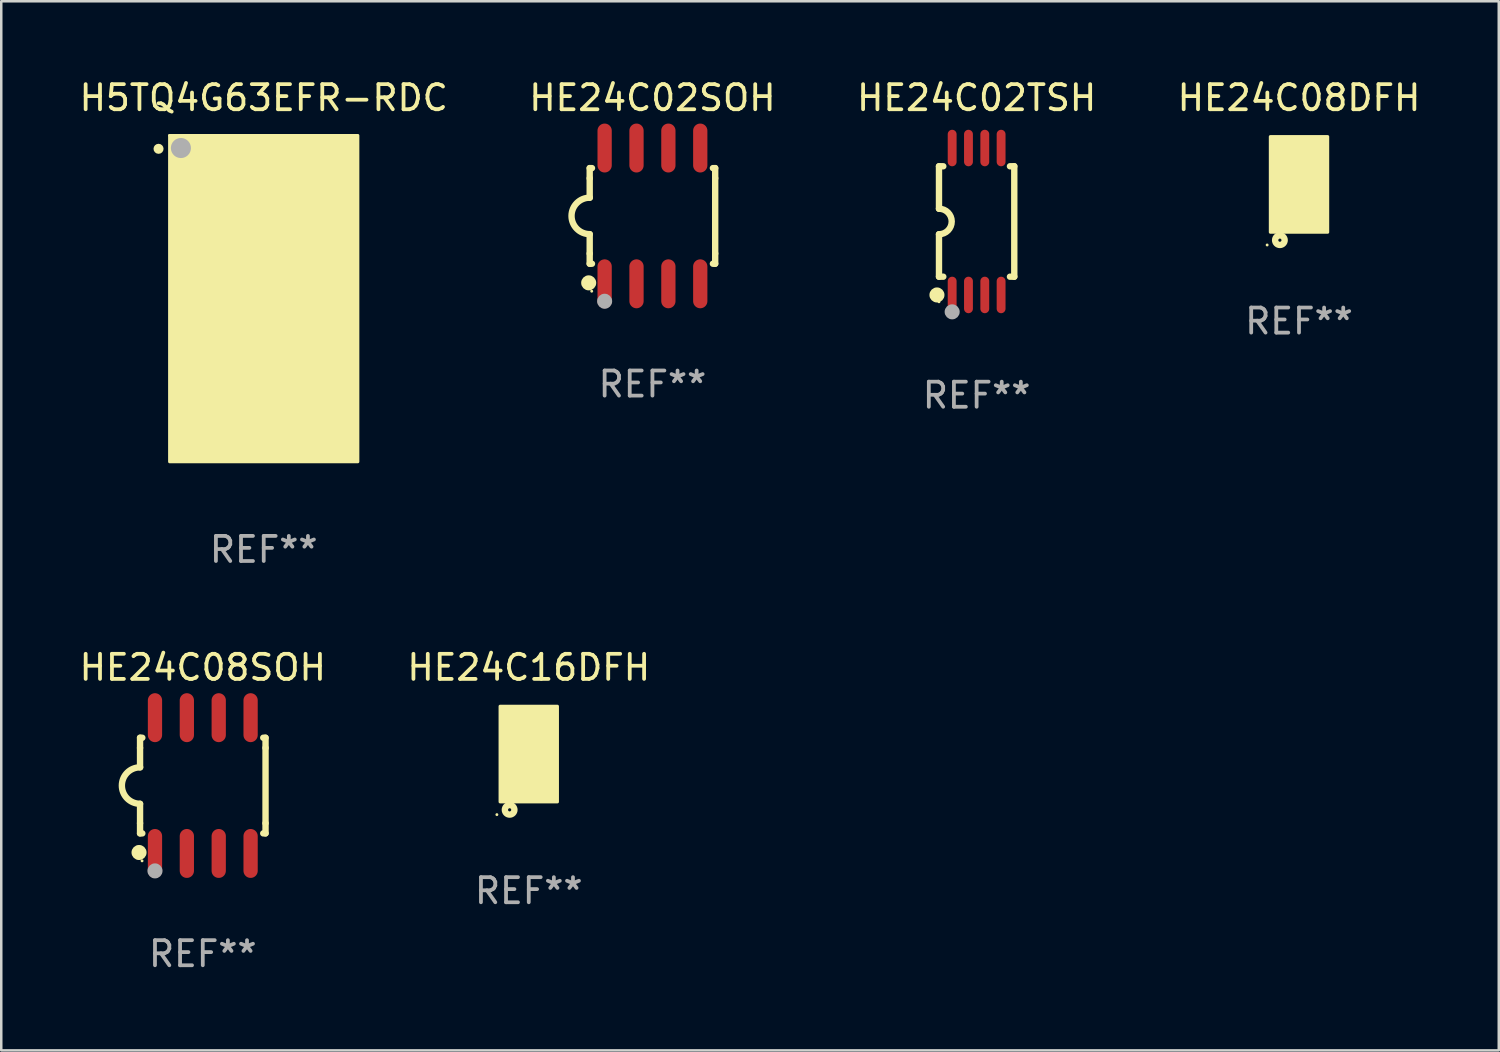
<source format=kicad_pcb>
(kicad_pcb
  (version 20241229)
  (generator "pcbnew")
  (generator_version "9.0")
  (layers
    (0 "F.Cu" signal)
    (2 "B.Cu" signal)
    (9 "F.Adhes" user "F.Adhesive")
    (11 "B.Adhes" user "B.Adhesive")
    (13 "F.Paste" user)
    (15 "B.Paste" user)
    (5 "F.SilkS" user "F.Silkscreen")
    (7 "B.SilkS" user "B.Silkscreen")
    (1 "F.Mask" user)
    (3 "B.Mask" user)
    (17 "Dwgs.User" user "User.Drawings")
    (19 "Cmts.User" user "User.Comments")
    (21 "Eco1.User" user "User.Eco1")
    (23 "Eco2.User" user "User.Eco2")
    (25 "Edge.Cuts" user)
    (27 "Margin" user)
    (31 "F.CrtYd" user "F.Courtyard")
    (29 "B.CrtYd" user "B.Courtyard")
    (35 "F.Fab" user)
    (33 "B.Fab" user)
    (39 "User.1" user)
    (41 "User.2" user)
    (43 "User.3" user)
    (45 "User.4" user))
  (footprint "H5TQ4G63EFR-RDC"
    (layer "F.Cu")
    (at 7.458 8.848)
    (property "Reference" "H5TQ4G63EFR-RDC" (at 0 -8 0) (layer "F.SilkS") (effects (font (size 1 1) (thickness 0.15))))
    (attr through_hole)
    (fp_circle (center -4.191 -5.969) (end -4.091 -5.969) (stroke (width 0.2) (type solid)) (fill no) (layer "F.SilkS"))
    (fp_circle (center -3.75 -6.5) (end -3.72 -6.5) (stroke (width 0.06) (type solid)) (fill no) (layer "F.SilkS"))
    (fp_poly (pts (xy -3.75 -6.5) (xy 3.75 -6.5) (xy 3.75 6.5) (xy -3.75 6.5)) (stroke (width 0.12) (type solid)) (fill yes) (layer "F.SilkS"))
    (fp_circle (center -3.3 -6) (end -3.1 -6) (stroke (width 0.4) (type solid)) (fill no) (layer "F.Fab"))
    (fp_text user "REF**" (at 0 10 0) (layer "F.Fab") (effects (font (size 1 1) (thickness 0.15))))
    (pad "A1" smd circle (at -3.2 -6) (size 0.36 0.36) (layers "F.Cu" "F.Mask" "F.Paste"))
    (pad "A2" smd circle (at -2.4 -6) (size 0.36 0.36) (layers "F.Cu" "F.Mask" "F.Paste"))
    (pad "A3" smd circle (at -1.6 -6) (size 0.36 0.36) (layers "F.Cu" "F.Mask" "F.Paste"))
    (pad "A7" smd circle (at 1.6 -6) (size 0.36 0.36) (layers "F.Cu" "F.Mask" "F.Paste"))
    (pad "A8" smd circle (at 2.4 -6) (size 0.36 0.36) (layers "F.Cu" "F.Mask" "F.Paste"))
    (pad "A9" smd circle (at 3.2 -6) (size 0.36 0.36) (layers "F.Cu" "F.Mask" "F.Paste"))
    (pad "B1" smd circle (at -3.2 -5.2) (size 0.36 0.36) (layers "F.Cu" "F.Mask" "F.Paste"))
    (pad "B2" smd circle (at -2.4 -5.2) (size 0.36 0.36) (layers "F.Cu" "F.Mask" "F.Paste"))
    (pad "B3" smd circle (at -1.6 -5.2) (size 0.36 0.36) (layers "F.Cu" "F.Mask" "F.Paste"))
    (pad "B7" smd circle (at 1.6 -5.2) (size 0.36 0.36) (layers "F.Cu" "F.Mask" "F.Paste"))
    (pad "B8" smd circle (at 2.4 -5.2) (size 0.36 0.36) (layers "F.Cu" "F.Mask" "F.Paste"))
    (pad "B9" smd circle (at 3.2 -5.2) (size 0.36 0.36) (layers "F.Cu" "F.Mask" "F.Paste"))
    (pad "C1" smd circle (at -3.2 -4.4) (size 0.36 0.36) (layers "F.Cu" "F.Mask" "F.Paste"))
    (pad "C2" smd circle (at -2.4 -4.4) (size 0.36 0.36) (layers "F.Cu" "F.Mask" "F.Paste"))
    (pad "C3" smd circle (at -1.6 -4.4) (size 0.36 0.36) (layers "F.Cu" "F.Mask" "F.Paste"))
    (pad "C7" smd circle (at 1.6 -4.4) (size 0.36 0.36) (layers "F.Cu" "F.Mask" "F.Paste"))
    (pad "C8" smd circle (at 2.4 -4.4) (size 0.36 0.36) (layers "F.Cu" "F.Mask" "F.Paste"))
    (pad "C9" smd circle (at 3.2 -4.4) (size 0.36 0.36) (layers "F.Cu" "F.Mask" "F.Paste"))
    (pad "D1" smd circle (at -3.2 -3.6) (size 0.36 0.36) (layers "F.Cu" "F.Mask" "F.Paste"))
    (pad "D2" smd circle (at -2.4 -3.6) (size 0.36 0.36) (layers "F.Cu" "F.Mask" "F.Paste"))
    (pad "D3" smd circle (at -1.6 -3.6) (size 0.36 0.36) (layers "F.Cu" "F.Mask" "F.Paste"))
    (pad "D7" smd circle (at 1.6 -3.6) (size 0.36 0.36) (layers "F.Cu" "F.Mask" "F.Paste"))
    (pad "D8" smd circle (at 2.4 -3.6) (size 0.36 0.36) (layers "F.Cu" "F.Mask" "F.Paste"))
    (pad "D9" smd circle (at 3.2 -3.6) (size 0.36 0.36) (layers "F.Cu" "F.Mask" "F.Paste"))
    (pad "E1" smd circle (at -3.2 -2.8) (size 0.36 0.36) (layers "F.Cu" "F.Mask" "F.Paste"))
    (pad "E2" smd circle (at -2.4 -2.8) (size 0.36 0.36) (layers "F.Cu" "F.Mask" "F.Paste"))
    (pad "E3" smd circle (at -1.6 -2.8) (size 0.36 0.36) (layers "F.Cu" "F.Mask" "F.Paste"))
    (pad "E7" smd circle (at 1.6 -2.8) (size 0.36 0.36) (layers "F.Cu" "F.Mask" "F.Paste"))
    (pad "E8" smd circle (at 2.4 -2.8) (size 0.36 0.36) (layers "F.Cu" "F.Mask" "F.Paste"))
    (pad "E9" smd circle (at 3.2 -2.8) (size 0.36 0.36) (layers "F.Cu" "F.Mask" "F.Paste"))
    (pad "F1" smd circle (at -3.2 -2) (size 0.36 0.36) (layers "F.Cu" "F.Mask" "F.Paste"))
    (pad "F2" smd circle (at -2.4 -2) (size 0.36 0.36) (layers "F.Cu" "F.Mask" "F.Paste"))
    (pad "F3" smd circle (at -1.6 -2) (size 0.36 0.36) (layers "F.Cu" "F.Mask" "F.Paste"))
    (pad "F7" smd circle (at 1.6 -2) (size 0.36 0.36) (layers "F.Cu" "F.Mask" "F.Paste"))
    (pad "F8" smd circle (at 2.4 -2) (size 0.36 0.36) (layers "F.Cu" "F.Mask" "F.Paste"))
    (pad "F9" smd circle (at 3.2 -2) (size 0.36 0.36) (layers "F.Cu" "F.Mask" "F.Paste"))
    (pad "G1" smd circle (at -3.2 -1.2) (size 0.36 0.36) (layers "F.Cu" "F.Mask" "F.Paste"))
    (pad "G2" smd circle (at -2.4 -1.2) (size 0.36 0.36) (layers "F.Cu" "F.Mask" "F.Paste"))
    (pad "G3" smd circle (at -1.6 -1.2) (size 0.36 0.36) (layers "F.Cu" "F.Mask" "F.Paste"))
    (pad "G7" smd circle (at 1.6 -1.2) (size 0.36 0.36) (layers "F.Cu" "F.Mask" "F.Paste"))
    (pad "G8" smd circle (at 2.4 -1.2) (size 0.36 0.36) (layers "F.Cu" "F.Mask" "F.Paste"))
    (pad "G9" smd circle (at 3.2 -1.2) (size 0.36 0.36) (layers "F.Cu" "F.Mask" "F.Paste"))
    (pad "H1" smd circle (at -3.2 -0.4) (size 0.36 0.36) (layers "F.Cu" "F.Mask" "F.Paste"))
    (pad "H2" smd circle (at -2.4 -0.4) (size 0.36 0.36) (layers "F.Cu" "F.Mask" "F.Paste"))
    (pad "H3" smd circle (at -1.6 -0.4) (size 0.36 0.36) (layers "F.Cu" "F.Mask" "F.Paste"))
    (pad "H7" smd circle (at 1.6 -0.4) (size 0.36 0.36) (layers "F.Cu" "F.Mask" "F.Paste"))
    (pad "H8" smd circle (at 2.4 -0.4) (size 0.36 0.36) (layers "F.Cu" "F.Mask" "F.Paste"))
    (pad "H9" smd circle (at 3.2 -0.4) (size 0.36 0.36) (layers "F.Cu" "F.Mask" "F.Paste"))
    (pad "J1" smd circle (at -3.2 0.4) (size 0.36 0.36) (layers "F.Cu" "F.Mask" "F.Paste"))
    (pad "J2" smd circle (at -2.4 0.4) (size 0.36 0.36) (layers "F.Cu" "F.Mask" "F.Paste"))
    (pad "J3" smd circle (at -1.6 0.4) (size 0.36 0.36) (layers "F.Cu" "F.Mask" "F.Paste"))
    (pad "J7" smd circle (at 1.6 0.4) (size 0.36 0.36) (layers "F.Cu" "F.Mask" "F.Paste"))
    (pad "J8" smd circle (at 2.4 0.4) (size 0.36 0.36) (layers "F.Cu" "F.Mask" "F.Paste"))
    (pad "J9" smd circle (at 3.2 0.4) (size 0.36 0.36) (layers "F.Cu" "F.Mask" "F.Paste"))
    (pad "K1" smd circle (at -3.2 1.2) (size 0.36 0.36) (layers "F.Cu" "F.Mask" "F.Paste"))
    (pad "K2" smd circle (at -2.4 1.2) (size 0.36 0.36) (layers "F.Cu" "F.Mask" "F.Paste"))
    (pad "K3" smd circle (at -1.6 1.2) (size 0.36 0.36) (layers "F.Cu" "F.Mask" "F.Paste"))
    (pad "K7" smd circle (at 1.6 1.2) (size 0.36 0.36) (layers "F.Cu" "F.Mask" "F.Paste"))
    (pad "K8" smd circle (at 2.4 1.2) (size 0.36 0.36) (layers "F.Cu" "F.Mask" "F.Paste"))
    (pad "K9" smd circle (at 3.2 1.2) (size 0.36 0.36) (layers "F.Cu" "F.Mask" "F.Paste"))
    (pad "L1" smd circle (at -3.2 2) (size 0.36 0.36) (layers "F.Cu" "F.Mask" "F.Paste"))
    (pad "L2" smd circle (at -2.4 2) (size 0.36 0.36) (layers "F.Cu" "F.Mask" "F.Paste"))
    (pad "L3" smd circle (at -1.6 2) (size 0.36 0.36) (layers "F.Cu" "F.Mask" "F.Paste"))
    (pad "L7" smd circle (at 1.6 2) (size 0.36 0.36) (layers "F.Cu" "F.Mask" "F.Paste"))
    (pad "L8" smd circle (at 2.4 2) (size 0.36 0.36) (layers "F.Cu" "F.Mask" "F.Paste"))
    (pad "L9" smd circle (at 3.2 2) (size 0.36 0.36) (layers "F.Cu" "F.Mask" "F.Paste"))
    (pad "M1" smd circle (at -3.2 2.8) (size 0.36 0.36) (layers "F.Cu" "F.Mask" "F.Paste"))
    (pad "M2" smd circle (at -2.4 2.8) (size 0.36 0.36) (layers "F.Cu" "F.Mask" "F.Paste"))
    (pad "M3" smd circle (at -1.6 2.8) (size 0.36 0.36) (layers "F.Cu" "F.Mask" "F.Paste"))
    (pad "M7" smd circle (at 1.6 2.8) (size 0.36 0.36) (layers "F.Cu" "F.Mask" "F.Paste"))
    (pad "M8" smd circle (at 2.4 2.8) (size 0.36 0.36) (layers "F.Cu" "F.Mask" "F.Paste"))
    (pad "M9" smd circle (at 3.2 2.8) (size 0.36 0.36) (layers "F.Cu" "F.Mask" "F.Paste"))
    (pad "N1" smd circle (at -3.2 3.6) (size 0.36 0.36) (layers "F.Cu" "F.Mask" "F.Paste"))
    (pad "N2" smd circle (at -2.4 3.6) (size 0.36 0.36) (layers "F.Cu" "F.Mask" "F.Paste"))
    (pad "N3" smd circle (at -1.6 3.6) (size 0.36 0.36) (layers "F.Cu" "F.Mask" "F.Paste"))
    (pad "N7" smd circle (at 1.6 3.6) (size 0.36 0.36) (layers "F.Cu" "F.Mask" "F.Paste"))
    (pad "N8" smd circle (at 2.4 3.6) (size 0.36 0.36) (layers "F.Cu" "F.Mask" "F.Paste"))
    (pad "N9" smd circle (at 3.2 3.6) (size 0.36 0.36) (layers "F.Cu" "F.Mask" "F.Paste"))
    (pad "P1" smd circle (at -3.2 4.4) (size 0.36 0.36) (layers "F.Cu" "F.Mask" "F.Paste"))
    (pad "P2" smd circle (at -2.4 4.4) (size 0.36 0.36) (layers "F.Cu" "F.Mask" "F.Paste"))
    (pad "P3" smd circle (at -1.6 4.4) (size 0.36 0.36) (layers "F.Cu" "F.Mask" "F.Paste"))
    (pad "P7" smd circle (at 1.6 4.4) (size 0.36 0.36) (layers "F.Cu" "F.Mask" "F.Paste"))
    (pad "P8" smd circle (at 2.4 4.4) (size 0.36 0.36) (layers "F.Cu" "F.Mask" "F.Paste"))
    (pad "P9" smd circle (at 3.2 4.4) (size 0.36 0.36) (layers "F.Cu" "F.Mask" "F.Paste"))
    (pad "R1" smd circle (at -3.2 5.2) (size 0.36 0.36) (layers "F.Cu" "F.Mask" "F.Paste"))
    (pad "R2" smd circle (at -2.4 5.2) (size 0.36 0.36) (layers "F.Cu" "F.Mask" "F.Paste"))
    (pad "R3" smd circle (at -1.6 5.2) (size 0.36 0.36) (layers "F.Cu" "F.Mask" "F.Paste"))
    (pad "R7" smd circle (at 1.6 5.2) (size 0.36 0.36) (layers "F.Cu" "F.Mask" "F.Paste"))
    (pad "R8" smd circle (at 2.4 5.2) (size 0.36 0.36) (layers "F.Cu" "F.Mask" "F.Paste"))
    (pad "R9" smd circle (at 3.2 5.2) (size 0.36 0.36) (layers "F.Cu" "F.Mask" "F.Paste"))
    (pad "T1" smd circle (at -3.2 6) (size 0.36 0.36) (layers "F.Cu" "F.Mask" "F.Paste"))
    (pad "T2" smd circle (at -2.4 6) (size 0.36 0.36) (layers "F.Cu" "F.Mask" "F.Paste"))
    (pad "T3" smd circle (at -1.6 6) (size 0.36 0.36) (layers "F.Cu" "F.Mask" "F.Paste"))
    (pad "T7" smd circle (at 1.6 6) (size 0.36 0.36) (layers "F.Cu" "F.Mask" "F.Paste"))
    (pad "T8" smd circle (at 2.4 6) (size 0.36 0.36) (layers "F.Cu" "F.Mask" "F.Paste"))
    (pad "T9" smd circle (at 3.2 6) (size 0.36 0.36) (layers "F.Cu" "F.Mask" "F.Paste")))
  (footprint "HE24C08DFH"
    (layer "F.Cu")
    (at 48.708 4.298)
    (property "Reference" "HE24C08DFH" (at 0 -3.45 0) (layer "F.SilkS") (effects (font (size 1 1) (thickness 0.15))))
    (attr through_hole)
    (fp_circle (center -1.27 2.413) (end -1.24 2.413) (stroke (width 0.06) (type solid)) (fill no) (layer "F.SilkS"))
    (fp_circle (center -0.762 2.222) (end -0.699 2.222) (stroke (width 0.254) (type solid)) (fill no) (layer "F.SilkS"))
    (fp_poly (pts (xy -1.143 -1.905) (xy 1.143 -1.905) (xy 1.143 1.905) (xy -1.143 1.905)) (stroke (width 0.12) (type solid)) (fill yes) (layer "F.SilkS"))
    (fp_text user "REF**" (at 0 5.45 0) (layer "F.Fab") (effects (font (size 1 1) (thickness 0.15))))
    (pad "1" smd rect (at -0.75 1.45) (size 0.25 0.5) (layers "F.Cu" "F.Mask" "F.Paste"))
    (pad "2" smd rect (at -0.25 1.45) (size 0.25 0.5) (layers "F.Cu" "F.Mask" "F.Paste"))
    (pad "3" smd rect (at 0.25 1.45) (size 0.25 0.5) (layers "F.Cu" "F.Mask" "F.Paste"))
    (pad "4" smd rect (at 0.75 1.45) (size 0.25 0.5) (layers "F.Cu" "F.Mask" "F.Paste"))
    (pad "5" smd rect (at 0.75 -1.45) (size 0.25 0.5) (layers "F.Cu" "F.Mask" "F.Paste"))
    (pad "6" smd rect (at 0.25 -1.45) (size 0.25 0.5) (layers "F.Cu" "F.Mask" "F.Paste"))
    (pad "7" smd rect (at -0.25 -1.45) (size 0.25 0.5) (layers "F.Cu" "F.Mask" "F.Paste"))
    (pad "8" smd rect (at -0.75 -1.45) (size 0.25 0.5) (layers "F.Cu" "F.Mask" "F.Paste"))
    (pad "9" smd rect (at 0 -0.000127) (size 1.5 1.6) (layers "F.Cu" "F.Mask" "F.Paste")))
  (footprint "HE24C02TSH"
    (layer "F.Cu")
    (at 35.863 5.775)
    (property "Reference" "HE24C02TSH" (at 0 -4.927 0) (layer "F.SilkS") (effects (font (size 1 1) (thickness 0.15))))
    (attr through_hole)
    (fp_line (start -1.5 -2.2) (end -1.5 -0.508) (stroke (width 0.254) (type solid)) (layer "F.SilkS"))
    (fp_line (start -1.5 -2.2) (end -1.328 -2.2) (stroke (width 0.254) (type solid)) (layer "F.SilkS"))
    (fp_line (start -1.5 2.2) (end -1.5 0.508) (stroke (width 0.254) (type solid)) (layer "F.SilkS"))
    (fp_line (start -1.5 2.2) (end -1.328 2.2) (stroke (width 0.254) (type solid)) (layer "F.SilkS"))
    (fp_line (start 1.328 -2.2) (end 1.5 -2.2) (stroke (width 0.254) (type solid)) (layer "F.SilkS"))
    (fp_line (start 1.328 2.2) (end 1.5 2.2) (stroke (width 0.254) (type solid)) (layer "F.SilkS"))
    (fp_line (start 1.5 -2.2) (end 1.5 2.2) (stroke (width 0.254) (type solid)) (layer "F.SilkS"))
    (fp_arc (start -1.501144 -0.508) (mid -0.993143 -0.000571) (end -1.5 0.508001) (stroke (width 0.254001) (type solid)) (layer "F.SilkS"))
    (fp_circle (center -1.581 2.927) (end -1.431 2.927) (stroke (width 0.3) (type solid)) (fill no) (layer "F.SilkS"))
    (fp_circle (center -1.5 3.2) (end -1.47 3.2) (stroke (width 0.06) (type solid)) (fill no) (layer "F.SilkS"))
    (fp_circle (center -0.975 3.6) (end -0.825 3.6) (stroke (width 0.3) (type solid)) (fill no) (layer "F.Fab"))
    (fp_text user "REF**" (at 0 6.927 0) (layer "F.Fab") (effects (font (size 1 1) (thickness 0.15))))
    (pad "1" smd oval (at -0.975 2.927) (size 0.353 1.454) (layers "F.Cu" "F.Mask" "F.Paste"))
    (pad "2" smd oval (at -0.325 2.927) (size 0.353 1.454) (layers "F.Cu" "F.Mask" "F.Paste"))
    (pad "3" smd oval (at 0.325 2.927) (size 0.353 1.454) (layers "F.Cu" "F.Mask" "F.Paste"))
    (pad "4" smd oval (at 0.975 2.927) (size 0.353 1.454) (layers "F.Cu" "F.Mask" "F.Paste"))
    (pad "5" smd oval (at 0.975 -2.927) (size 0.353 1.454) (layers "F.Cu" "F.Mask" "F.Paste"))
    (pad "6" smd oval (at 0.325 -2.927) (size 0.353 1.454) (layers "F.Cu" "F.Mask" "F.Paste"))
    (pad "7" smd oval (at -0.325 -2.927) (size 0.353 1.454) (layers "F.Cu" "F.Mask" "F.Paste"))
    (pad "8" smd oval (at -0.975 -2.927) (size 0.353 1.454) (layers "F.Cu" "F.Mask" "F.Paste")))
  (footprint "HE24C02SOH"
    (layer "F.Cu")
    (at 22.946 5.553)
    (property "Reference" "HE24C02SOH" (at 0 -4.705 0) (layer "F.SilkS") (effects (font (size 1 1) (thickness 0.15))))
    (attr through_hole)
    (fp_line (start -2.5 -1.905) (end -2.409 -1.905) (stroke (width 0.254) (type solid)) (layer "F.SilkS"))
    (fp_line (start -2.5 -1.5) (end -2.5 -1.905) (stroke (width 0.254) (type solid)) (layer "F.SilkS"))
    (fp_line (start -2.5 -1.5) (end -2.5 -0.726) (stroke (width 0.254) (type solid)) (layer "F.SilkS"))
    (fp_line (start -2.5 1.5) (end -2.5 0.727) (stroke (width 0.254) (type solid)) (layer "F.SilkS"))
    (fp_line (start -2.5 1.5) (end -2.5 1.905) (stroke (width 0.254) (type solid)) (layer "F.SilkS"))
    (fp_line (start -2.5 1.905) (end -2.409 1.905) (stroke (width 0.254) (type solid)) (layer "F.SilkS"))
    (fp_line (start 2.5 -1.905) (end 2.409 -1.905) (stroke (width 0.254) (type solid)) (layer "F.SilkS"))
    (fp_line (start 2.5 -1.5) (end 2.5 -1.905) (stroke (width 0.254) (type solid)) (layer "F.SilkS"))
    (fp_line (start 2.5 -1.5) (end 2.5 1.5) (stroke (width 0.254) (type solid)) (layer "F.SilkS"))
    (fp_line (start 2.5 1.5) (end 2.5 1.905) (stroke (width 0.254) (type solid)) (layer "F.SilkS"))
    (fp_line (start 2.5 1.905) (end 2.409 1.905) (stroke (width 0.254) (type solid)) (layer "F.SilkS"))
    (fp_arc (start -2.5 0.726568) (mid -3.220316 -0.0023) (end -2.495097 -0.726289) (stroke (width 0.254001) (type solid)) (layer "F.SilkS"))
    (fp_circle (center -2.54 2.667) (end -2.39 2.667) (stroke (width 0.3) (type solid)) (fill no) (layer "F.SilkS"))
    (fp_circle (center -2.42 3) (end -2.39 3) (stroke (width 0.06) (type solid)) (fill no) (layer "F.SilkS"))
    (fp_circle (center -1.905 3.4) (end -1.755 3.4) (stroke (width 0.3) (type solid)) (fill no) (layer "F.Fab"))
    (fp_text user "REF**" (at 0 6.705 0) (layer "F.Fab") (effects (font (size 1 1) (thickness 0.15))))
    (pad "1" smd oval (at -1.905 2.705) (size 0.568 1.95) (layers "F.Cu" "F.Mask" "F.Paste"))
    (pad "2" smd oval (at -0.635 2.705) (size 0.568 1.95) (layers "F.Cu" "F.Mask" "F.Paste"))
    (pad "3" smd oval (at 0.635 2.705) (size 0.568 1.95) (layers "F.Cu" "F.Mask" "F.Paste"))
    (pad "4" smd oval (at 1.905 2.705) (size 0.568 1.95) (layers "F.Cu" "F.Mask" "F.Paste"))
    (pad "5" smd oval (at 1.905 -2.705) (size 0.568 1.95) (layers "F.Cu" "F.Mask" "F.Paste"))
    (pad "6" smd oval (at 0.635 -2.705) (size 0.568 1.95) (layers "F.Cu" "F.Mask" "F.Paste"))
    (pad "7" smd oval (at -0.635 -2.705) (size 0.568 1.95) (layers "F.Cu" "F.Mask" "F.Paste"))
    (pad "8" smd oval (at -1.905 -2.705) (size 0.568 1.95) (layers "F.Cu" "F.Mask" "F.Paste")))
  (footprint "HE24C16DFH"
    (layer "F.Cu")
    (at 18.018 26.995)
    (property "Reference" "HE24C16DFH" (at 0 -3.45 0) (layer "F.SilkS") (effects (font (size 1 1) (thickness 0.15))))
    (attr through_hole)
    (fp_circle (center -1.27 2.413) (end -1.24 2.413) (stroke (width 0.06) (type solid)) (fill no) (layer "F.SilkS"))
    (fp_circle (center -0.762 2.222) (end -0.699 2.222) (stroke (width 0.254) (type solid)) (fill no) (layer "F.SilkS"))
    (fp_poly (pts (xy -1.143 -1.905) (xy 1.143 -1.905) (xy 1.143 1.905) (xy -1.143 1.905)) (stroke (width 0.12) (type solid)) (fill yes) (layer "F.SilkS"))
    (fp_text user "REF**" (at 0 5.45 0) (layer "F.Fab") (effects (font (size 1 1) (thickness 0.15))))
    (pad "1" smd rect (at -0.75 1.45) (size 0.25 0.5) (layers "F.Cu" "F.Mask" "F.Paste"))
    (pad "2" smd rect (at -0.25 1.45) (size 0.25 0.5) (layers "F.Cu" "F.Mask" "F.Paste"))
    (pad "3" smd rect (at 0.25 1.45) (size 0.25 0.5) (layers "F.Cu" "F.Mask" "F.Paste"))
    (pad "4" smd rect (at 0.75 1.45) (size 0.25 0.5) (layers "F.Cu" "F.Mask" "F.Paste"))
    (pad "5" smd rect (at 0.75 -1.45) (size 0.25 0.5) (layers "F.Cu" "F.Mask" "F.Paste"))
    (pad "6" smd rect (at 0.25 -1.45) (size 0.25 0.5) (layers "F.Cu" "F.Mask" "F.Paste"))
    (pad "7" smd rect (at -0.25 -1.45) (size 0.25 0.5) (layers "F.Cu" "F.Mask" "F.Paste"))
    (pad "8" smd rect (at -0.75 -1.45) (size 0.25 0.5) (layers "F.Cu" "F.Mask" "F.Paste"))
    (pad "9" smd rect (at 0 -0.000127) (size 1.5 1.6) (layers "F.Cu" "F.Mask" "F.Paste")))
  (footprint "HE24C08SOH"
    (layer "F.Cu")
    (at 5.03 28.25)
    (property "Reference" "HE24C08SOH" (at 0 -4.705 0) (layer "F.SilkS") (effects (font (size 1 1) (thickness 0.15))))
    (attr through_hole)
    (fp_line (start -2.5 -1.905) (end -2.409 -1.905) (stroke (width 0.254) (type solid)) (layer "F.SilkS"))
    (fp_line (start -2.5 -1.5) (end -2.5 -1.905) (stroke (width 0.254) (type solid)) (layer "F.SilkS"))
    (fp_line (start -2.5 -1.5) (end -2.5 -0.726) (stroke (width 0.254) (type solid)) (layer "F.SilkS"))
    (fp_line (start -2.5 1.5) (end -2.5 0.727) (stroke (width 0.254) (type solid)) (layer "F.SilkS"))
    (fp_line (start -2.5 1.5) (end -2.5 1.905) (stroke (width 0.254) (type solid)) (layer "F.SilkS"))
    (fp_line (start -2.5 1.905) (end -2.409 1.905) (stroke (width 0.254) (type solid)) (layer "F.SilkS"))
    (fp_line (start 2.5 -1.905) (end 2.409 -1.905) (stroke (width 0.254) (type solid)) (layer "F.SilkS"))
    (fp_line (start 2.5 -1.5) (end 2.5 -1.905) (stroke (width 0.254) (type solid)) (layer "F.SilkS"))
    (fp_line (start 2.5 -1.5) (end 2.5 1.5) (stroke (width 0.254) (type solid)) (layer "F.SilkS"))
    (fp_line (start 2.5 1.5) (end 2.5 1.905) (stroke (width 0.254) (type solid)) (layer "F.SilkS"))
    (fp_line (start 2.5 1.905) (end 2.409 1.905) (stroke (width 0.254) (type solid)) (layer "F.SilkS"))
    (fp_arc (start -2.5 0.726568) (mid -3.220316 -0.0023) (end -2.495097 -0.726289) (stroke (width 0.254001) (type solid)) (layer "F.SilkS"))
    (fp_circle (center -2.54 2.667) (end -2.39 2.667) (stroke (width 0.3) (type solid)) (fill no) (layer "F.SilkS"))
    (fp_circle (center -2.42 3) (end -2.39 3) (stroke (width 0.06) (type solid)) (fill no) (layer "F.SilkS"))
    (fp_circle (center -1.905 3.4) (end -1.755 3.4) (stroke (width 0.3) (type solid)) (fill no) (layer "F.Fab"))
    (fp_text user "REF**" (at 0 6.705 0) (layer "F.Fab") (effects (font (size 1 1) (thickness 0.15))))
    (pad "1" smd oval (at -1.905 2.705) (size 0.568 1.95) (layers "F.Cu" "F.Mask" "F.Paste"))
    (pad "2" smd oval (at -0.635 2.705) (size 0.568 1.95) (layers "F.Cu" "F.Mask" "F.Paste"))
    (pad "3" smd oval (at 0.635 2.705) (size 0.568 1.95) (layers "F.Cu" "F.Mask" "F.Paste"))
    (pad "4" smd oval (at 1.905 2.705) (size 0.568 1.95) (layers "F.Cu" "F.Mask" "F.Paste"))
    (pad "5" smd oval (at 1.905 -2.705) (size 0.568 1.95) (layers "F.Cu" "F.Mask" "F.Paste"))
    (pad "6" smd oval (at 0.635 -2.705) (size 0.568 1.95) (layers "F.Cu" "F.Mask" "F.Paste"))
    (pad "7" smd oval (at -0.635 -2.705) (size 0.568 1.95) (layers "F.Cu" "F.Mask" "F.Paste"))
    (pad "8" smd oval (at -1.905 -2.705) (size 0.568 1.95) (layers "F.Cu" "F.Mask" "F.Paste")))
  (gr_rect
    (start -3 -3)
    (end 56.667 38.803)
    (stroke (width 0.1) (type default))
    (fill no)
    (layer "Edge.Cuts")))
</source>
